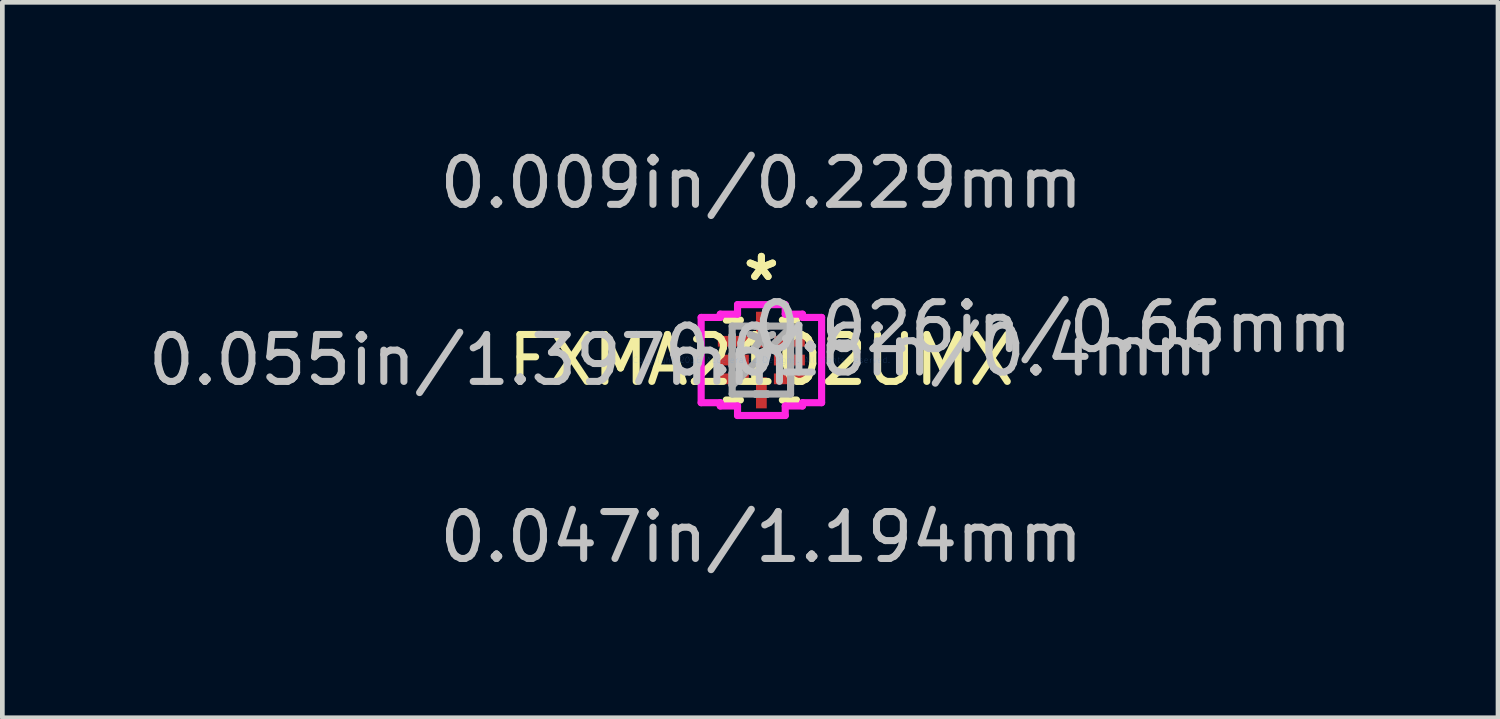
<source format=kicad_pcb>
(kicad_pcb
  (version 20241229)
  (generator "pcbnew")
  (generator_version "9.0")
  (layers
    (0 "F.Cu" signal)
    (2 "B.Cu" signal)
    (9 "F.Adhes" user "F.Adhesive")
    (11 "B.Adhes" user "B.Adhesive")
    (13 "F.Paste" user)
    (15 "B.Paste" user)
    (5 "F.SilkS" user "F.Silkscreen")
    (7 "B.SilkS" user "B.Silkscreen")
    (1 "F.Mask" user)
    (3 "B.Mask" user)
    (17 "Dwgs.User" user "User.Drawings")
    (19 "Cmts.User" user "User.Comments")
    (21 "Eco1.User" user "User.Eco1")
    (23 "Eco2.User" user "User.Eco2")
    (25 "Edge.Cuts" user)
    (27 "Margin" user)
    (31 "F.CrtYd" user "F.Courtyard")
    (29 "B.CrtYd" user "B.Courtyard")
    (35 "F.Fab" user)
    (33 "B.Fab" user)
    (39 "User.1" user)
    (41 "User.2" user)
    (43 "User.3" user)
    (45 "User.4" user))
  (footprint "FXMA2102UMX"
    (layer "F.Cu")
    (at 13.169 4.62)
    (property "Reference" "FXMA2102UMX" (at 0 0 0) (layer "F.SilkS") (effects (font (size 1 1) (thickness 0.15))))
    (attr through_hole)
    (fp_line (start -0.749 0.851) (end -0.447 0.851) (stroke (width 0.152) (type solid)) (layer "F.SilkS"))
    (fp_line (start -0.447 -0.851) (end -0.749 -0.851) (stroke (width 0.152) (type solid)) (layer "F.SilkS"))
    (fp_line (start 0.447 0.851) (end 0.749 0.851) (stroke (width 0.152) (type solid)) (layer "F.SilkS"))
    (fp_line (start 0.749 -0.851) (end 0.447 -0.851) (stroke (width 0.152) (type solid)) (layer "F.SilkS"))
    (fp_line (start -1.283 -0.908) (end -0.876 -0.908) (stroke (width 0.152) (type solid)) (layer "F.CrtYd"))
    (fp_line (start -1.283 0.908) (end -1.283 -0.908) (stroke (width 0.152) (type solid)) (layer "F.CrtYd"))
    (fp_line (start -0.876 -0.978) (end -0.508 -0.978) (stroke (width 0.152) (type solid)) (layer "F.CrtYd"))
    (fp_line (start -0.876 -0.908) (end -0.876 -0.978) (stroke (width 0.152) (type solid)) (layer "F.CrtYd"))
    (fp_line (start -0.876 0.908) (end -1.283 0.908) (stroke (width 0.152) (type solid)) (layer "F.CrtYd"))
    (fp_line (start -0.876 0.978) (end -0.876 0.908) (stroke (width 0.152) (type solid)) (layer "F.CrtYd"))
    (fp_line (start -0.508 -1.181) (end 0.508 -1.181) (stroke (width 0.152) (type solid)) (layer "F.CrtYd"))
    (fp_line (start -0.508 -0.978) (end -0.508 -1.181) (stroke (width 0.152) (type solid)) (layer "F.CrtYd"))
    (fp_line (start -0.508 0.978) (end -0.876 0.978) (stroke (width 0.152) (type solid)) (layer "F.CrtYd"))
    (fp_line (start -0.508 1.181) (end -0.508 0.978) (stroke (width 0.152) (type solid)) (layer "F.CrtYd"))
    (fp_line (start 0.508 -1.181) (end 0.508 -0.978) (stroke (width 0.152) (type solid)) (layer "F.CrtYd"))
    (fp_line (start 0.508 -0.978) (end 0.876 -0.978) (stroke (width 0.152) (type solid)) (layer "F.CrtYd"))
    (fp_line (start 0.508 0.978) (end 0.508 1.181) (stroke (width 0.152) (type solid)) (layer "F.CrtYd"))
    (fp_line (start 0.508 1.181) (end -0.508 1.181) (stroke (width 0.152) (type solid)) (layer "F.CrtYd"))
    (fp_line (start 0.876 -0.978) (end 0.876 -0.908) (stroke (width 0.152) (type solid)) (layer "F.CrtYd"))
    (fp_line (start 0.876 -0.908) (end 1.283 -0.908) (stroke (width 0.152) (type solid)) (layer "F.CrtYd"))
    (fp_line (start 0.876 0.908) (end 0.876 0.978) (stroke (width 0.152) (type solid)) (layer "F.CrtYd"))
    (fp_line (start 0.876 0.978) (end 0.508 0.978) (stroke (width 0.152) (type solid)) (layer "F.CrtYd"))
    (fp_line (start 1.283 -0.908) (end 1.283 0.908) (stroke (width 0.152) (type solid)) (layer "F.CrtYd"))
    (fp_line (start 1.283 0.908) (end 0.876 0.908) (stroke (width 0.152) (type solid)) (layer "F.CrtYd"))
    (fp_line (start -0.622 -0.724) (end -0.622 0.724) (stroke (width 0.152) (type solid)) (layer "F.Fab"))
    (fp_line (start -0.622 -0.527) (end -0.622 -0.527) (stroke (width 0.152) (type solid)) (layer "F.Fab"))
    (fp_line (start -0.622 -0.527) (end -0.622 -0.273) (stroke (width 0.152) (type solid)) (layer "F.Fab"))
    (fp_line (start -0.622 -0.273) (end -0.622 -0.527) (stroke (width 0.152) (type solid)) (layer "F.Fab"))
    (fp_line (start -0.622 -0.273) (end -0.622 -0.273) (stroke (width 0.152) (type solid)) (layer "F.Fab"))
    (fp_line (start -0.622 -0.127) (end -0.622 -0.127) (stroke (width 0.152) (type solid)) (layer "F.Fab"))
    (fp_line (start -0.622 -0.127) (end -0.622 0.127) (stroke (width 0.152) (type solid)) (layer "F.Fab"))
    (fp_line (start -0.622 0.127) (end -0.622 -0.127) (stroke (width 0.152) (type solid)) (layer "F.Fab"))
    (fp_line (start -0.622 0.127) (end -0.622 0.127) (stroke (width 0.152) (type solid)) (layer "F.Fab"))
    (fp_line (start -0.622 0.273) (end -0.622 0.273) (stroke (width 0.152) (type solid)) (layer "F.Fab"))
    (fp_line (start -0.622 0.273) (end -0.622 0.527) (stroke (width 0.152) (type solid)) (layer "F.Fab"))
    (fp_line (start -0.622 0.527) (end -0.622 0.273) (stroke (width 0.152) (type solid)) (layer "F.Fab"))
    (fp_line (start -0.622 0.527) (end -0.622 0.527) (stroke (width 0.152) (type solid)) (layer "F.Fab"))
    (fp_line (start -0.622 0.546) (end 0.648 -0.724) (stroke (width 0.152) (type solid)) (layer "F.Fab"))
    (fp_line (start -0.622 0.724) (end 0.622 0.724) (stroke (width 0.152) (type solid)) (layer "F.Fab"))
    (fp_line (start -0.127 -0.724) (end -0.127 -0.724) (stroke (width 0.152) (type solid)) (layer "F.Fab"))
    (fp_line (start -0.127 -0.724) (end 0.127 -0.724) (stroke (width 0.152) (type solid)) (layer "F.Fab"))
    (fp_line (start -0.127 0.724) (end -0.127 0.724) (stroke (width 0.152) (type solid)) (layer "F.Fab"))
    (fp_line (start -0.127 0.724) (end 0.127 0.724) (stroke (width 0.152) (type solid)) (layer "F.Fab"))
    (fp_line (start 0.127 -0.724) (end -0.127 -0.724) (stroke (width 0.152) (type solid)) (layer "F.Fab"))
    (fp_line (start 0.127 -0.724) (end 0.127 -0.724) (stroke (width 0.152) (type solid)) (layer "F.Fab"))
    (fp_line (start 0.127 0.724) (end -0.127 0.724) (stroke (width 0.152) (type solid)) (layer "F.Fab"))
    (fp_line (start 0.127 0.724) (end 0.127 0.724) (stroke (width 0.152) (type solid)) (layer "F.Fab"))
    (fp_line (start 0.622 -0.724) (end -0.622 -0.724) (stroke (width 0.152) (type solid)) (layer "F.Fab"))
    (fp_line (start 0.622 -0.527) (end 0.622 -0.527) (stroke (width 0.152) (type solid)) (layer "F.Fab"))
    (fp_line (start 0.622 -0.527) (end 0.622 -0.273) (stroke (width 0.152) (type solid)) (layer "F.Fab"))
    (fp_line (start 0.622 -0.273) (end 0.622 -0.527) (stroke (width 0.152) (type solid)) (layer "F.Fab"))
    (fp_line (start 0.622 -0.273) (end 0.622 -0.273) (stroke (width 0.152) (type solid)) (layer "F.Fab"))
    (fp_line (start 0.622 -0.127) (end 0.622 -0.127) (stroke (width 0.152) (type solid)) (layer "F.Fab"))
    (fp_line (start 0.622 -0.127) (end 0.622 0.127) (stroke (width 0.152) (type solid)) (layer "F.Fab"))
    (fp_line (start 0.622 0.127) (end 0.622 -0.127) (stroke (width 0.152) (type solid)) (layer "F.Fab"))
    (fp_line (start 0.622 0.127) (end 0.622 0.127) (stroke (width 0.152) (type solid)) (layer "F.Fab"))
    (fp_line (start 0.622 0.273) (end 0.622 0.273) (stroke (width 0.152) (type solid)) (layer "F.Fab"))
    (fp_line (start 0.622 0.273) (end 0.622 0.527) (stroke (width 0.152) (type solid)) (layer "F.Fab"))
    (fp_line (start 0.622 0.527) (end 0.622 0.273) (stroke (width 0.152) (type solid)) (layer "F.Fab"))
    (fp_line (start 0.622 0.527) (end 0.622 0.527) (stroke (width 0.152) (type solid)) (layer "F.Fab"))
    (fp_line (start 0.622 0.724) (end 0.622 -0.724) (stroke (width 0.152) (type solid)) (layer "F.Fab"))
    (fp_text user "*" (at 0 -1.664 0) (layer "F.SilkS") (effects (font (size 1 1) (thickness 0.15))))
    (fp_text user "*" (at 0 -1.664 0) (layer "F.SilkS") (effects (font (size 1 1) (thickness 0.15))))
    (fp_text user "0.047in/1.194mm" (at 0 3.772 0) (layer "Dwgs.User") (effects (font (size 1 1) (thickness 0.15))))
    (fp_text user "0.026in/0.66mm" (at 6.21 -0.699 0) (layer "Dwgs.User") (effects (font (size 1 1) (thickness 0.15))))
    (fp_text user "0.009in/0.229mm" (at 0 -3.772 0) (layer "Dwgs.User") (effects (font (size 1 1) (thickness 0.15))))
    (fp_text user "0.055in/1.397mm" (at -6.21 0 0) (layer "Dwgs.User") (effects (font (size 1 1) (thickness 0.15))))
    (fp_text user "0.016in/0.4mm" (at 3.823 -0.2 0) (layer "Dwgs.User") (effects (font (size 1 1) (thickness 0.15))))
    (fp_text user "Copyright 2016 Accelerated Designs. All rights reserved." (at 0 0 0) (layer "Cmts.User") (effects (font (size 0.127 0.127) (thickness 0.002))))
    (fp_text user "*" (at 0 -0.14 0) (layer "F.Fab") (effects (font (size 1 1) (thickness 0.15))))
    (fp_text user "*" (at 0 -0.14 0) (layer "F.Fab") (effects (font (size 1 1) (thickness 0.15))))
    (pad "1" smd rect (at 0 -0.648) (size 0.229 0.762) (layers "F.Cu" "F.Mask" "F.Paste"))
    (pad "2" smd rect (at -0.597 -0.4 90) (size 0.229 0.66) (layers "F.Cu" "F.Mask" "F.Paste"))
    (pad "3" smd rect (at -0.597 0 90) (size 0.229 0.66) (layers "F.Cu" "F.Mask" "F.Paste"))
    (pad "4" smd rect (at -0.597 0.4 90) (size 0.229 0.66) (layers "F.Cu" "F.Mask" "F.Paste"))
    (pad "5" smd rect (at 0 0.699) (size 0.229 0.66) (layers "F.Cu" "F.Mask" "F.Paste"))
    (pad "6" smd rect (at 0.597 0.4 90) (size 0.229 0.66) (layers "F.Cu" "F.Mask" "F.Paste"))
    (pad "7" smd rect (at 0.597 0 90) (size 0.229 0.66) (layers "F.Cu" "F.Mask" "F.Paste"))
    (pad "8" smd rect (at 0.597 -0.4 90) (size 0.229 0.66) (layers "F.Cu" "F.Mask" "F.Paste")))
  (gr_rect
    (start -3 -3)
    (end 28.861 12.24)
    (stroke (width 0.1) (type default))
    (fill no)
    (layer "Edge.Cuts")))
</source>
